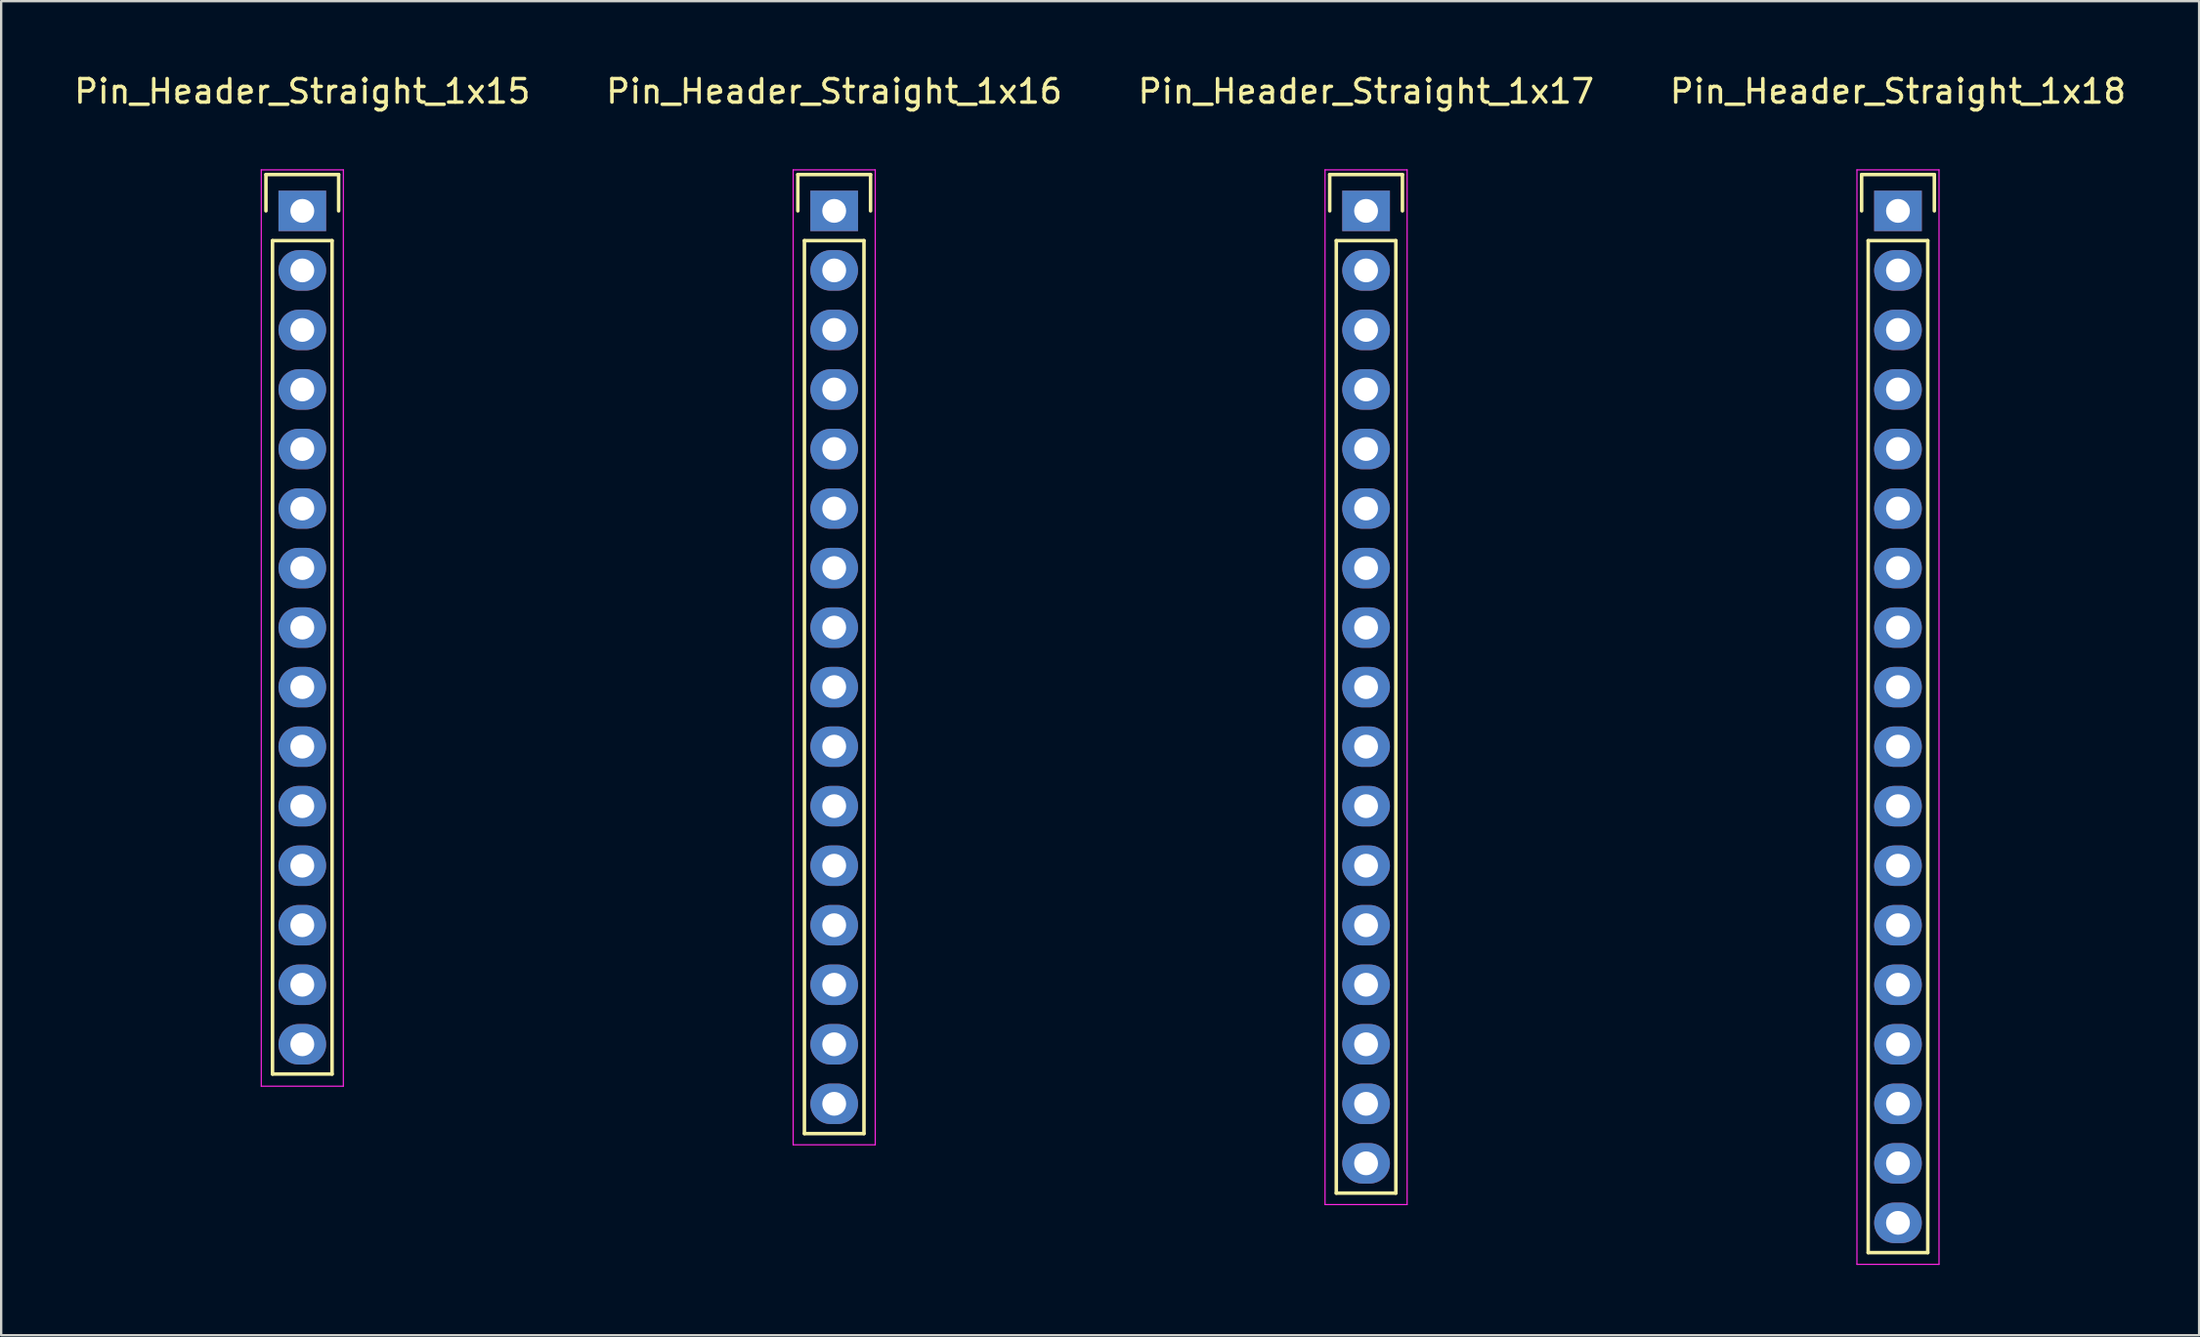
<source format=kicad_pcb>
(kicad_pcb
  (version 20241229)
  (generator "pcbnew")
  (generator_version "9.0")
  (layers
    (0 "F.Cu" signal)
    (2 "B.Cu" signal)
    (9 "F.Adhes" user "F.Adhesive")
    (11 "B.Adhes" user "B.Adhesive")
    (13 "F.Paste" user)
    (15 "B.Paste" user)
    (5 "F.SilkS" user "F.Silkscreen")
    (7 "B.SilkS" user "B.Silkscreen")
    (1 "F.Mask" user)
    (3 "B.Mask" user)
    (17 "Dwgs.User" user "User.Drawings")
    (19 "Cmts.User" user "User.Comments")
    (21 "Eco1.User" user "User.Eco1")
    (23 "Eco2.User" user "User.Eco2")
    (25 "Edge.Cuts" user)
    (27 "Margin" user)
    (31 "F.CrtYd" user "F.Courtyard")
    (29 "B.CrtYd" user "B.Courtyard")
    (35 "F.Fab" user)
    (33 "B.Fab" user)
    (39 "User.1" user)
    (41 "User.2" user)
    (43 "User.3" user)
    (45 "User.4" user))
  (footprint "Pin_Header_Straight_1x17"
    (layer "F.Cu")
    (at 55.196 5.948)
    (property "Reference" "Pin_Header_Straight_1x17" (at 0 -5.1 0) (layer "F.SilkS") (effects (font (size 1 1) (thickness 0.15))))
    (attr through_hole)
    (fp_line (start -1.55 -1.55) (end 1.55 -1.55) (stroke (width 0.15) (type solid)) (layer "F.SilkS"))
    (fp_line (start -1.55 0) (end -1.55 -1.55) (stroke (width 0.15) (type solid)) (layer "F.SilkS"))
    (fp_line (start -1.27 41.91) (end -1.27 1.27) (stroke (width 0.15) (type solid)) (layer "F.SilkS"))
    (fp_line (start 1.27 1.27) (end -1.27 1.27) (stroke (width 0.15) (type solid)) (layer "F.SilkS"))
    (fp_line (start 1.27 1.27) (end 1.27 41.91) (stroke (width 0.15) (type solid)) (layer "F.SilkS"))
    (fp_line (start 1.27 41.91) (end -1.27 41.91) (stroke (width 0.15) (type solid)) (layer "F.SilkS"))
    (fp_line (start 1.55 -1.55) (end 1.55 0) (stroke (width 0.15) (type solid)) (layer "F.SilkS"))
    (fp_line (start -1.75 -1.75) (end -1.75 42.4) (stroke (width 0.05) (type solid)) (layer "F.CrtYd"))
    (fp_line (start -1.75 -1.75) (end 1.75 -1.75) (stroke (width 0.05) (type solid)) (layer "F.CrtYd"))
    (fp_line (start -1.75 42.4) (end 1.75 42.4) (stroke (width 0.05) (type solid)) (layer "F.CrtYd"))
    (fp_line (start 1.75 -1.75) (end 1.75 42.4) (stroke (width 0.05) (type solid)) (layer "F.CrtYd"))
    (pad "1" thru_hole rect (at 0 0) (size 2.032 1.727) (drill 1.016) (layers "*.Cu" "*.Mask"))
    (pad "2" thru_hole oval (at 0 2.54) (size 2.032 1.727) (drill 1.016) (layers "*.Cu" "*.Mask"))
    (pad "3" thru_hole oval (at 0 5.08) (size 2.032 1.727) (drill 1.016) (layers "*.Cu" "*.Mask"))
    (pad "4" thru_hole oval (at 0 7.62) (size 2.032 1.727) (drill 1.016) (layers "*.Cu" "*.Mask"))
    (pad "5" thru_hole oval (at 0 10.16) (size 2.032 1.727) (drill 1.016) (layers "*.Cu" "*.Mask"))
    (pad "6" thru_hole oval (at 0 12.7) (size 2.032 1.727) (drill 1.016) (layers "*.Cu" "*.Mask"))
    (pad "7" thru_hole oval (at 0 15.24) (size 2.032 1.727) (drill 1.016) (layers "*.Cu" "*.Mask"))
    (pad "8" thru_hole oval (at 0 17.78) (size 2.032 1.727) (drill 1.016) (layers "*.Cu" "*.Mask"))
    (pad "9" thru_hole oval (at 0 20.32) (size 2.032 1.727) (drill 1.016) (layers "*.Cu" "*.Mask"))
    (pad "10" thru_hole oval (at 0 22.86) (size 2.032 1.727) (drill 1.016) (layers "*.Cu" "*.Mask"))
    (pad "11" thru_hole oval (at 0 25.4) (size 2.032 1.727) (drill 1.016) (layers "*.Cu" "*.Mask"))
    (pad "12" thru_hole oval (at 0 27.94) (size 2.032 1.727) (drill 1.016) (layers "*.Cu" "*.Mask"))
    (pad "13" thru_hole oval (at 0 30.48) (size 2.032 1.727) (drill 1.016) (layers "*.Cu" "*.Mask"))
    (pad "14" thru_hole oval (at 0 33.02) (size 2.032 1.727) (drill 1.016) (layers "*.Cu" "*.Mask"))
    (pad "15" thru_hole oval (at 0 35.56) (size 2.032 1.727) (drill 1.016) (layers "*.Cu" "*.Mask"))
    (pad "16" thru_hole oval (at 0 38.1) (size 2.032 1.727) (drill 1.016) (layers "*.Cu" "*.Mask"))
    (pad "17" thru_hole oval (at 0 40.64) (size 2.032 1.727) (drill 1.016) (layers "*.Cu" "*.Mask")))
  (footprint "Pin_Header_Straight_1x16"
    (layer "F.Cu")
    (at 32.518 5.948)
    (property "Reference" "Pin_Header_Straight_1x16" (at 0 -5.1 0) (layer "F.SilkS") (effects (font (size 1 1) (thickness 0.15))))
    (attr through_hole)
    (fp_line (start -1.55 -1.55) (end 1.55 -1.55) (stroke (width 0.15) (type solid)) (layer "F.SilkS"))
    (fp_line (start -1.55 0) (end -1.55 -1.55) (stroke (width 0.15) (type solid)) (layer "F.SilkS"))
    (fp_line (start -1.27 1.27) (end -1.27 39.37) (stroke (width 0.15) (type solid)) (layer "F.SilkS"))
    (fp_line (start -1.27 39.37) (end 1.27 39.37) (stroke (width 0.15) (type solid)) (layer "F.SilkS"))
    (fp_line (start 1.27 1.27) (end -1.27 1.27) (stroke (width 0.15) (type solid)) (layer "F.SilkS"))
    (fp_line (start 1.27 39.37) (end 1.27 1.27) (stroke (width 0.15) (type solid)) (layer "F.SilkS"))
    (fp_line (start 1.55 -1.55) (end 1.55 0) (stroke (width 0.15) (type solid)) (layer "F.SilkS"))
    (fp_line (start -1.75 -1.75) (end -1.75 39.85) (stroke (width 0.05) (type solid)) (layer "F.CrtYd"))
    (fp_line (start -1.75 -1.75) (end 1.75 -1.75) (stroke (width 0.05) (type solid)) (layer "F.CrtYd"))
    (fp_line (start -1.75 39.85) (end 1.75 39.85) (stroke (width 0.05) (type solid)) (layer "F.CrtYd"))
    (fp_line (start 1.75 -1.75) (end 1.75 39.85) (stroke (width 0.05) (type solid)) (layer "F.CrtYd"))
    (pad "1" thru_hole rect (at 0 0) (size 2.032 1.727) (drill 1.016) (layers "*.Cu" "*.Mask"))
    (pad "2" thru_hole oval (at 0 2.54) (size 2.032 1.727) (drill 1.016) (layers "*.Cu" "*.Mask"))
    (pad "3" thru_hole oval (at 0 5.08) (size 2.032 1.727) (drill 1.016) (layers "*.Cu" "*.Mask"))
    (pad "4" thru_hole oval (at 0 7.62) (size 2.032 1.727) (drill 1.016) (layers "*.Cu" "*.Mask"))
    (pad "5" thru_hole oval (at 0 10.16) (size 2.032 1.727) (drill 1.016) (layers "*.Cu" "*.Mask"))
    (pad "6" thru_hole oval (at 0 12.7) (size 2.032 1.727) (drill 1.016) (layers "*.Cu" "*.Mask"))
    (pad "7" thru_hole oval (at 0 15.24) (size 2.032 1.727) (drill 1.016) (layers "*.Cu" "*.Mask"))
    (pad "8" thru_hole oval (at 0 17.78) (size 2.032 1.727) (drill 1.016) (layers "*.Cu" "*.Mask"))
    (pad "9" thru_hole oval (at 0 20.32) (size 2.032 1.727) (drill 1.016) (layers "*.Cu" "*.Mask"))
    (pad "10" thru_hole oval (at 0 22.86) (size 2.032 1.727) (drill 1.016) (layers "*.Cu" "*.Mask"))
    (pad "11" thru_hole oval (at 0 25.4) (size 2.032 1.727) (drill 1.016) (layers "*.Cu" "*.Mask"))
    (pad "12" thru_hole oval (at 0 27.94) (size 2.032 1.727) (drill 1.016) (layers "*.Cu" "*.Mask"))
    (pad "13" thru_hole oval (at 0 30.48) (size 2.032 1.727) (drill 1.016) (layers "*.Cu" "*.Mask"))
    (pad "14" thru_hole oval (at 0 33.02) (size 2.032 1.727) (drill 1.016) (layers "*.Cu" "*.Mask"))
    (pad "15" thru_hole oval (at 0 35.56) (size 2.032 1.727) (drill 1.016) (layers "*.Cu" "*.Mask"))
    (pad "16" thru_hole oval (at 0 38.1) (size 2.032 1.727) (drill 1.016) (layers "*.Cu" "*.Mask")))
  (footprint "Pin_Header_Straight_1x18"
    (layer "F.Cu")
    (at 77.875 5.948)
    (property "Reference" "Pin_Header_Straight_1x18" (at 0 -5.1 0) (layer "F.SilkS") (effects (font (size 1 1) (thickness 0.15))))
    (attr through_hole)
    (fp_line (start -1.55 -1.55) (end 1.55 -1.55) (stroke (width 0.15) (type solid)) (layer "F.SilkS"))
    (fp_line (start -1.55 0) (end -1.55 -1.55) (stroke (width 0.15) (type solid)) (layer "F.SilkS"))
    (fp_line (start -1.27 44.45) (end -1.27 1.27) (stroke (width 0.15) (type solid)) (layer "F.SilkS"))
    (fp_line (start 1.27 1.27) (end -1.27 1.27) (stroke (width 0.15) (type solid)) (layer "F.SilkS"))
    (fp_line (start 1.27 1.27) (end 1.27 44.45) (stroke (width 0.15) (type solid)) (layer "F.SilkS"))
    (fp_line (start 1.27 44.45) (end -1.27 44.45) (stroke (width 0.15) (type solid)) (layer "F.SilkS"))
    (fp_line (start 1.55 -1.55) (end 1.55 0) (stroke (width 0.15) (type solid)) (layer "F.SilkS"))
    (fp_line (start -1.75 -1.75) (end -1.75 44.95) (stroke (width 0.05) (type solid)) (layer "F.CrtYd"))
    (fp_line (start -1.75 -1.75) (end 1.75 -1.75) (stroke (width 0.05) (type solid)) (layer "F.CrtYd"))
    (fp_line (start -1.75 44.95) (end 1.75 44.95) (stroke (width 0.05) (type solid)) (layer "F.CrtYd"))
    (fp_line (start 1.75 -1.75) (end 1.75 44.95) (stroke (width 0.05) (type solid)) (layer "F.CrtYd"))
    (pad "1" thru_hole rect (at 0 0) (size 2.032 1.727) (drill 1.016) (layers "*.Cu" "*.Mask"))
    (pad "2" thru_hole oval (at 0 2.54) (size 2.032 1.727) (drill 1.016) (layers "*.Cu" "*.Mask"))
    (pad "3" thru_hole oval (at 0 5.08) (size 2.032 1.727) (drill 1.016) (layers "*.Cu" "*.Mask"))
    (pad "4" thru_hole oval (at 0 7.62) (size 2.032 1.727) (drill 1.016) (layers "*.Cu" "*.Mask"))
    (pad "5" thru_hole oval (at 0 10.16) (size 2.032 1.727) (drill 1.016) (layers "*.Cu" "*.Mask"))
    (pad "6" thru_hole oval (at 0 12.7) (size 2.032 1.727) (drill 1.016) (layers "*.Cu" "*.Mask"))
    (pad "7" thru_hole oval (at 0 15.24) (size 2.032 1.727) (drill 1.016) (layers "*.Cu" "*.Mask"))
    (pad "8" thru_hole oval (at 0 17.78) (size 2.032 1.727) (drill 1.016) (layers "*.Cu" "*.Mask"))
    (pad "9" thru_hole oval (at 0 20.32) (size 2.032 1.727) (drill 1.016) (layers "*.Cu" "*.Mask"))
    (pad "10" thru_hole oval (at 0 22.86) (size 2.032 1.727) (drill 1.016) (layers "*.Cu" "*.Mask"))
    (pad "11" thru_hole oval (at 0 25.4) (size 2.032 1.727) (drill 1.016) (layers "*.Cu" "*.Mask"))
    (pad "12" thru_hole oval (at 0 27.94) (size 2.032 1.727) (drill 1.016) (layers "*.Cu" "*.Mask"))
    (pad "13" thru_hole oval (at 0 30.48) (size 2.032 1.727) (drill 1.016) (layers "*.Cu" "*.Mask"))
    (pad "14" thru_hole oval (at 0 33.02) (size 2.032 1.727) (drill 1.016) (layers "*.Cu" "*.Mask"))
    (pad "15" thru_hole oval (at 0 35.56) (size 2.032 1.727) (drill 1.016) (layers "*.Cu" "*.Mask"))
    (pad "16" thru_hole oval (at 0 38.1) (size 2.032 1.727) (drill 1.016) (layers "*.Cu" "*.Mask"))
    (pad "17" thru_hole oval (at 0 40.64) (size 2.032 1.727) (drill 1.016) (layers "*.Cu" "*.Mask"))
    (pad "18" thru_hole oval (at 0 43.18) (size 2.032 1.727) (drill 1.016) (layers "*.Cu" "*.Mask")))
  (footprint "Pin_Header_Straight_1x15"
    (layer "F.Cu")
    (at 9.839 5.948)
    (property "Reference" "Pin_Header_Straight_1x15" (at 0 -5.1 0) (layer "F.SilkS") (effects (font (size 1 1) (thickness 0.15))))
    (attr through_hole)
    (fp_line (start -1.55 -1.55) (end 1.55 -1.55) (stroke (width 0.15) (type solid)) (layer "F.SilkS"))
    (fp_line (start -1.55 0) (end -1.55 -1.55) (stroke (width 0.15) (type solid)) (layer "F.SilkS"))
    (fp_line (start -1.27 1.27) (end -1.27 36.83) (stroke (width 0.15) (type solid)) (layer "F.SilkS"))
    (fp_line (start -1.27 36.83) (end 1.27 36.83) (stroke (width 0.15) (type solid)) (layer "F.SilkS"))
    (fp_line (start 1.27 1.27) (end -1.27 1.27) (stroke (width 0.15) (type solid)) (layer "F.SilkS"))
    (fp_line (start 1.27 36.83) (end 1.27 1.27) (stroke (width 0.15) (type solid)) (layer "F.SilkS"))
    (fp_line (start 1.55 -1.55) (end 1.55 0) (stroke (width 0.15) (type solid)) (layer "F.SilkS"))
    (fp_line (start -1.75 -1.75) (end -1.75 37.35) (stroke (width 0.05) (type solid)) (layer "F.CrtYd"))
    (fp_line (start -1.75 -1.75) (end 1.75 -1.75) (stroke (width 0.05) (type solid)) (layer "F.CrtYd"))
    (fp_line (start -1.75 37.35) (end 1.75 37.35) (stroke (width 0.05) (type solid)) (layer "F.CrtYd"))
    (fp_line (start 1.75 -1.75) (end 1.75 37.35) (stroke (width 0.05) (type solid)) (layer "F.CrtYd"))
    (pad "1" thru_hole rect (at 0 0) (size 2.032 1.727) (drill 1.016) (layers "*.Cu" "*.Mask"))
    (pad "2" thru_hole oval (at 0 2.54) (size 2.032 1.727) (drill 1.016) (layers "*.Cu" "*.Mask"))
    (pad "3" thru_hole oval (at 0 5.08) (size 2.032 1.727) (drill 1.016) (layers "*.Cu" "*.Mask"))
    (pad "4" thru_hole oval (at 0 7.62) (size 2.032 1.727) (drill 1.016) (layers "*.Cu" "*.Mask"))
    (pad "5" thru_hole oval (at 0 10.16) (size 2.032 1.727) (drill 1.016) (layers "*.Cu" "*.Mask"))
    (pad "6" thru_hole oval (at 0 12.7) (size 2.032 1.727) (drill 1.016) (layers "*.Cu" "*.Mask"))
    (pad "7" thru_hole oval (at 0 15.24) (size 2.032 1.727) (drill 1.016) (layers "*.Cu" "*.Mask"))
    (pad "8" thru_hole oval (at 0 17.78) (size 2.032 1.727) (drill 1.016) (layers "*.Cu" "*.Mask"))
    (pad "9" thru_hole oval (at 0 20.32) (size 2.032 1.727) (drill 1.016) (layers "*.Cu" "*.Mask"))
    (pad "10" thru_hole oval (at 0 22.86) (size 2.032 1.727) (drill 1.016) (layers "*.Cu" "*.Mask"))
    (pad "11" thru_hole oval (at 0 25.4) (size 2.032 1.727) (drill 1.016) (layers "*.Cu" "*.Mask"))
    (pad "12" thru_hole oval (at 0 27.94) (size 2.032 1.727) (drill 1.016) (layers "*.Cu" "*.Mask"))
    (pad "13" thru_hole oval (at 0 30.48) (size 2.032 1.727) (drill 1.016) (layers "*.Cu" "*.Mask"))
    (pad "14" thru_hole oval (at 0 33.02) (size 2.032 1.727) (drill 1.016) (layers "*.Cu" "*.Mask"))
    (pad "15" thru_hole oval (at 0 35.56) (size 2.032 1.727) (drill 1.016) (layers "*.Cu" "*.Mask")))
  (gr_rect
    (start -3 -3)
    (end 90.714 53.923)
    (stroke (width 0.1) (type default))
    (fill no)
    (layer "Edge.Cuts")))
</source>
